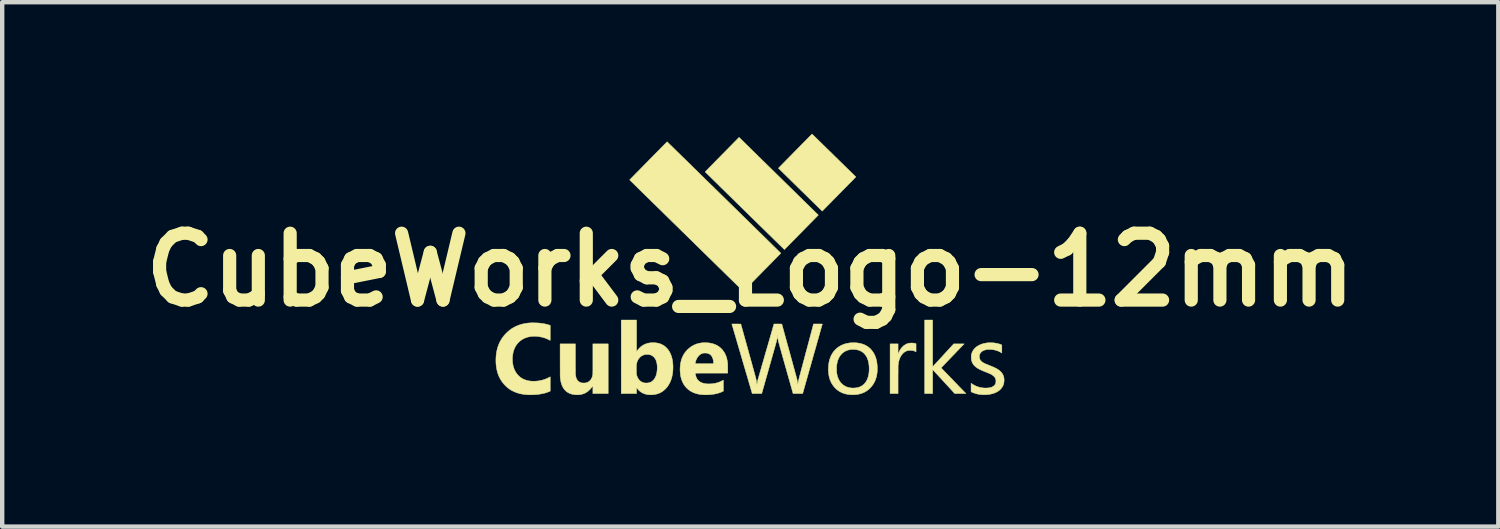
<source format=kicad_pcb>
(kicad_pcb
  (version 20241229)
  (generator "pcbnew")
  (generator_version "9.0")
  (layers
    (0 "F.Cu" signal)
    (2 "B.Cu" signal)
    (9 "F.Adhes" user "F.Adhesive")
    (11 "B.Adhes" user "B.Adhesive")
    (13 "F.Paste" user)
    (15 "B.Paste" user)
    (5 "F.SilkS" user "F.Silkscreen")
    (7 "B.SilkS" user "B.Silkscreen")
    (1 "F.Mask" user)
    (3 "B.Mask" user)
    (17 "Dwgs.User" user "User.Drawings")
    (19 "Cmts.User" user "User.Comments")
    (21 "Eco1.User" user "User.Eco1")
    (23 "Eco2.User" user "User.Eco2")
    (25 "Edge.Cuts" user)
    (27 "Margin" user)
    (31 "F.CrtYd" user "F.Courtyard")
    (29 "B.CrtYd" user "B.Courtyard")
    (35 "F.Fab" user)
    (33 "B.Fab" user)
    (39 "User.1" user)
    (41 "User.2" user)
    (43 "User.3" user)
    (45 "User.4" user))
  (footprint "CubeWorks_Logo-12mm"
    (layer "F.Cu")
    (at 14.05 3.1)
    (property "Reference" "CubeWorks_Logo-12mm" (at 0 0 0) (layer "F.SilkS") (effects (font (size 1.524 1.524) (thickness 0.3))))
    (attr through_hole)
    (fp_poly (pts (xy -3.985 2.024) (xy -3.985 2.063) (xy -3.985 2.1) (xy -3.985 2.135) (xy -3.985 2.168) (xy -3.985 2.199) (xy -3.985 2.227) (xy -3.984 2.252) (xy -3.984 2.276) (xy -3.984 2.297) (xy -3.984 2.315) (xy -3.984 2.332) (xy -3.984 2.345) (xy -3.984 2.357) (xy -3.984 2.366) (xy -3.984 2.372) (xy -3.983 2.376) (xy -3.983 2.377) (xy -3.981 2.404) (xy -3.976 2.429) (xy -3.971 2.452) (xy -3.963 2.474) (xy -3.955 2.493) (xy -3.944 2.51) (xy -3.933 2.526) (xy -3.919 2.539) (xy -3.904 2.551) (xy -3.888 2.56) (xy -3.87 2.568) (xy -3.851 2.574) (xy -3.843 2.576) (xy -3.828 2.578) (xy -3.812 2.58) (xy -3.795 2.58) (xy -3.778 2.58) (xy -3.761 2.578) (xy -3.754 2.577) (xy -3.733 2.572) (xy -3.714 2.566) (xy -3.695 2.557) (xy -3.677 2.546) (xy -3.661 2.533) (xy -3.646 2.518) (xy -3.633 2.501) (xy -3.621 2.482) (xy -3.611 2.462) (xy -3.605 2.448) (xy -3.598 2.427) (xy -3.593 2.404) (xy -3.59 2.38) (xy -3.588 2.368) (xy -3.588 2.365) (xy -3.588 2.36) (xy -3.588 2.352) (xy -3.588 2.343) (xy -3.588 2.331) (xy -3.588 2.316) (xy -3.587 2.299) (xy -3.587 2.28) (xy -3.587 2.259) (xy -3.587 2.235) (xy -3.587 2.209) (xy -3.587 2.18) (xy -3.587 2.149) (xy -3.587 2.116) (xy -3.587 2.08) (xy -3.587 2.041) (xy -3.587 2.02) (xy -3.587 1.688) (xy -3.238 1.688) (xy -3.238 2.82) (xy -3.587 2.82) (xy -3.587 2.648) (xy -3.59 2.648) (xy -3.592 2.648) (xy -3.594 2.65) (xy -3.597 2.654) (xy -3.599 2.658) (xy -3.619 2.686) (xy -3.64 2.712) (xy -3.663 2.735) (xy -3.686 2.757) (xy -3.71 2.776) (xy -3.736 2.793) (xy -3.762 2.808) (xy -3.789 2.82) (xy -3.818 2.83) (xy -3.847 2.838) (xy -3.877 2.844) (xy -3.894 2.846) (xy -3.903 2.847) (xy -3.914 2.847) (xy -3.926 2.848) (xy -3.939 2.848) (xy -3.951 2.848) (xy -3.963 2.848) (xy -3.97 2.847) (xy -4.003 2.845) (xy -4.035 2.84) (xy -4.065 2.834) (xy -4.093 2.825) (xy -4.12 2.815) (xy -4.145 2.802) (xy -4.169 2.788) (xy -4.191 2.772) (xy -4.211 2.754) (xy -4.23 2.734) (xy -4.247 2.712) (xy -4.263 2.689) (xy -4.277 2.663) (xy -4.287 2.642) (xy -4.297 2.618) (xy -4.305 2.593) (xy -4.312 2.567) (xy -4.319 2.538) (xy -4.324 2.508) (xy -4.328 2.476) (xy -4.331 2.454) (xy -4.333 2.425) (xy -4.334 2.056) (xy -4.334 1.688) (xy -3.985 1.688) (xy -3.985 2.024)) (stroke (width 0.01) (type solid)) (fill yes) (layer "F.SilkS"))
    (fp_poly (pts (xy 3.691 1.669) (xy 3.706 1.669) (xy 3.72 1.67) (xy 3.732 1.672) (xy 3.744 1.674) (xy 3.756 1.677) (xy 3.766 1.679) (xy 3.779 1.683) (xy 3.779 1.777) (xy 3.779 1.795) (xy 3.779 1.811) (xy 3.779 1.824) (xy 3.779 1.836) (xy 3.779 1.845) (xy 3.779 1.853) (xy 3.779 1.859) (xy 3.778 1.864) (xy 3.778 1.867) (xy 3.778 1.869) (xy 3.778 1.87) (xy 3.777 1.87) (xy 3.776 1.869) (xy 3.773 1.867) (xy 3.771 1.866) (xy 3.759 1.859) (xy 3.744 1.852) (xy 3.728 1.847) (xy 3.71 1.842) (xy 3.691 1.838) (xy 3.69 1.838) (xy 3.681 1.837) (xy 3.67 1.836) (xy 3.659 1.836) (xy 3.646 1.836) (xy 3.634 1.836) (xy 3.622 1.836) (xy 3.612 1.837) (xy 3.603 1.838) (xy 3.601 1.839) (xy 3.578 1.844) (xy 3.557 1.852) (xy 3.536 1.862) (xy 3.517 1.874) (xy 3.498 1.888) (xy 3.48 1.905) (xy 3.477 1.909) (xy 3.459 1.929) (xy 3.443 1.95) (xy 3.429 1.973) (xy 3.416 1.997) (xy 3.405 2.023) (xy 3.395 2.051) (xy 3.387 2.08) (xy 3.38 2.112) (xy 3.375 2.145) (xy 3.372 2.17) (xy 3.371 2.172) (xy 3.371 2.174) (xy 3.371 2.177) (xy 3.371 2.181) (xy 3.371 2.184) (xy 3.371 2.189) (xy 3.37 2.194) (xy 3.37 2.201) (xy 3.37 2.208) (xy 3.37 2.216) (xy 3.37 2.225) (xy 3.37 2.236) (xy 3.37 2.248) (xy 3.37 2.261) (xy 3.37 2.276) (xy 3.37 2.292) (xy 3.37 2.31) (xy 3.37 2.33) (xy 3.37 2.352) (xy 3.369 2.376) (xy 3.369 2.401) (xy 3.369 2.429) (xy 3.369 2.46) (xy 3.369 2.492) (xy 3.369 2.504) (xy 3.369 2.82) (xy 3.187 2.82) (xy 3.187 1.688) (xy 3.369 1.688) (xy 3.369 1.804) (xy 3.369 1.824) (xy 3.369 1.841) (xy 3.369 1.856) (xy 3.369 1.869) (xy 3.369 1.88) (xy 3.369 1.89) (xy 3.369 1.898) (xy 3.369 1.904) (xy 3.369 1.909) (xy 3.37 1.913) (xy 3.37 1.916) (xy 3.37 1.918) (xy 3.37 1.919) (xy 3.37 1.92) (xy 3.371 1.92) (xy 3.371 1.92) (xy 3.372 1.92) (xy 3.374 1.918) (xy 3.376 1.914) (xy 3.377 1.908) (xy 3.389 1.879) (xy 3.402 1.851) (xy 3.416 1.825) (xy 3.432 1.8) (xy 3.449 1.778) (xy 3.468 1.757) (xy 3.488 1.738) (xy 3.509 1.721) (xy 3.531 1.707) (xy 3.553 1.695) (xy 3.565 1.689) (xy 3.577 1.684) (xy 3.588 1.681) (xy 3.599 1.677) (xy 3.604 1.676) (xy 3.615 1.674) (xy 3.624 1.672) (xy 3.633 1.67) (xy 3.642 1.669) (xy 3.652 1.669) (xy 3.663 1.669) (xy 3.674 1.668) (xy 3.691 1.669)) (stroke (width 0.01) (type solid)) (fill yes) (layer "F.SilkS"))
    (fp_poly (pts (xy -0.222 -2.987) (xy -0.219 -2.985) (xy -0.215 -2.981) (xy -0.21 -2.975) (xy -0.202 -2.968) (xy -0.193 -2.959) (xy -0.182 -2.948) (xy -0.17 -2.936) (xy -0.157 -2.923) (xy -0.141 -2.908) (xy -0.125 -2.892) (xy -0.107 -2.874) (xy -0.088 -2.856) (xy -0.067 -2.835) (xy -0.045 -2.814) (xy -0.022 -2.792) (xy 0.002 -2.768) (xy 0.027 -2.743) (xy 0.053 -2.717) (xy 0.081 -2.69) (xy 0.109 -2.662) (xy 0.139 -2.634) (xy 0.169 -2.604) (xy 0.2 -2.573) (xy 0.233 -2.542) (xy 0.265 -2.509) (xy 0.299 -2.476) (xy 0.334 -2.443) (xy 0.369 -2.408) (xy 0.405 -2.373) (xy 0.441 -2.337) (xy 0.478 -2.301) (xy 0.516 -2.264) (xy 0.554 -2.227) (xy 0.592 -2.189) (xy 0.631 -2.151) (xy 0.67 -2.113) (xy 0.682 -2.101) (xy 1.552 -1.248) (xy 1.528 -1.224) (xy 1.515 -1.21) (xy 1.501 -1.196) (xy 1.486 -1.181) (xy 1.47 -1.164) (xy 1.453 -1.147) (xy 1.435 -1.129) (xy 1.416 -1.11) (xy 1.397 -1.09) (xy 1.377 -1.07) (xy 1.356 -1.049) (xy 1.335 -1.027) (xy 1.313 -1.005) (xy 1.291 -0.983) (xy 1.269 -0.96) (xy 1.246 -0.937) (xy 1.224 -0.914) (xy 1.201 -0.891) (xy 1.178 -0.868) (xy 1.155 -0.844) (xy 1.132 -0.821) (xy 1.109 -0.798) (xy 1.087 -0.775) (xy 1.065 -0.753) (xy 1.043 -0.73) (xy 1.021 -0.709) (xy 1 -0.687) (xy 0.98 -0.667) (xy 0.96 -0.646) (xy 0.941 -0.627) (xy 0.922 -0.608) (xy 0.905 -0.59) (xy 0.888 -0.573) (xy 0.872 -0.557) (xy 0.857 -0.542) (xy 0.844 -0.528) (xy 0.831 -0.515) (xy 0.819 -0.504) (xy 0.809 -0.493) (xy 0.8 -0.484) (xy 0.793 -0.477) (xy 0.787 -0.471) (xy 0.782 -0.466) (xy 0.78 -0.463) (xy 0.778 -0.462) (xy 0.778 -0.462) (xy 0.777 -0.463) (xy 0.775 -0.466) (xy 0.77 -0.47) (xy 0.764 -0.476) (xy 0.757 -0.483) (xy 0.748 -0.492) (xy 0.737 -0.503) (xy 0.725 -0.515) (xy 0.711 -0.528) (xy 0.696 -0.543) (xy 0.679 -0.559) (xy 0.661 -0.577) (xy 0.642 -0.595) (xy 0.621 -0.616) (xy 0.6 -0.637) (xy 0.577 -0.659) (xy 0.552 -0.683) (xy 0.527 -0.708) (xy 0.501 -0.734) (xy 0.473 -0.761) (xy 0.445 -0.789) (xy 0.415 -0.817) (xy 0.385 -0.847) (xy 0.353 -0.878) (xy 0.321 -0.91) (xy 0.288 -0.942) (xy 0.254 -0.975) (xy 0.219 -1.009) (xy 0.184 -1.044) (xy 0.148 -1.079) (xy 0.111 -1.115) (xy 0.074 -1.152) (xy 0.036 -1.189) (xy -0.003 -1.227) (xy -0.042 -1.265) (xy -0.081 -1.303) (xy -0.121 -1.343) (xy -0.126 -1.347) (xy -0.165 -1.386) (xy -0.205 -1.425) (xy -0.244 -1.463) (xy -0.283 -1.501) (xy -0.321 -1.538) (xy -0.358 -1.575) (xy -0.395 -1.611) (xy -0.431 -1.646) (xy -0.466 -1.681) (xy -0.501 -1.715) (xy -0.535 -1.748) (xy -0.568 -1.781) (xy -0.601 -1.813) (xy -0.632 -1.843) (xy -0.663 -1.873) (xy -0.692 -1.902) (xy -0.721 -1.931) (xy -0.748 -1.958) (xy -0.775 -1.984) (xy -0.8 -2.009) (xy -0.824 -2.032) (xy -0.848 -2.055) (xy -0.869 -2.077) (xy -0.89 -2.097) (xy -0.909 -2.116) (xy -0.927 -2.134) (xy -0.944 -2.15) (xy -0.959 -2.165) (xy -0.973 -2.179) (xy -0.986 -2.191) (xy -0.997 -2.202) (xy -1.006 -2.211) (xy -1.014 -2.218) (xy -1.02 -2.225) (xy -1.024 -2.229) (xy -1.027 -2.232) (xy -1.028 -2.233) (xy -1.028 -2.233) (xy -1.027 -2.234) (xy -1.025 -2.236) (xy -1.02 -2.241) (xy -1.015 -2.247) (xy -1.007 -2.254) (xy -0.999 -2.263) (xy -0.989 -2.273) (xy -0.977 -2.285) (xy -0.964 -2.298) (xy -0.95 -2.313) (xy -0.935 -2.328) (xy -0.919 -2.345) (xy -0.901 -2.362) (xy -0.883 -2.381) (xy -0.863 -2.401) (xy -0.843 -2.422) (xy -0.822 -2.443) (xy -0.8 -2.466) (xy -0.777 -2.489) (xy -0.754 -2.513) (xy -0.73 -2.537) (xy -0.705 -2.562) (xy -0.68 -2.588) (xy -0.654 -2.614) (xy -0.641 -2.627) (xy -0.255 -3.02) (xy -0.222 -2.987)) (stroke (width 0.01) (type solid)) (fill yes) (layer "F.SilkS"))
    (fp_poly (pts (xy 4.157 1.718) (xy 4.157 1.759) (xy 4.157 1.798) (xy 4.157 1.834) (xy 4.157 1.868) (xy 4.157 1.9) (xy 4.157 1.93) (xy 4.157 1.958) (xy 4.157 1.984) (xy 4.157 2.008) (xy 4.157 2.03) (xy 4.157 2.051) (xy 4.157 2.07) (xy 4.157 2.087) (xy 4.157 2.103) (xy 4.157 2.117) (xy 4.157 2.13) (xy 4.157 2.142) (xy 4.157 2.152) (xy 4.157 2.161) (xy 4.157 2.17) (xy 4.158 2.177) (xy 4.158 2.183) (xy 4.158 2.188) (xy 4.158 2.193) (xy 4.158 2.196) (xy 4.158 2.199) (xy 4.158 2.202) (xy 4.158 2.203) (xy 4.158 2.205) (xy 4.159 2.206) (xy 4.159 2.206) (xy 4.159 2.207) (xy 4.159 2.207) (xy 4.159 2.207) (xy 4.16 2.206) (xy 4.163 2.203) (xy 4.167 2.199) (xy 4.173 2.193) (xy 4.18 2.185) (xy 4.188 2.176) (xy 4.198 2.165) (xy 4.209 2.153) (xy 4.222 2.14) (xy 4.235 2.125) (xy 4.25 2.11) (xy 4.265 2.093) (xy 4.282 2.075) (xy 4.299 2.056) (xy 4.318 2.036) (xy 4.337 2.015) (xy 4.357 1.993) (xy 4.377 1.971) (xy 4.399 1.948) (xy 4.399 1.947) (xy 4.637 1.688) (xy 4.756 1.688) (xy 4.876 1.688) (xy 4.852 1.712) (xy 4.849 1.715) (xy 4.845 1.72) (xy 4.839 1.726) (xy 4.831 1.734) (xy 4.822 1.743) (xy 4.812 1.754) (xy 4.8 1.766) (xy 4.788 1.779) (xy 4.774 1.793) (xy 4.759 1.809) (xy 4.743 1.825) (xy 4.727 1.842) (xy 4.709 1.86) (xy 4.691 1.879) (xy 4.673 1.899) (xy 4.653 1.919) (xy 4.634 1.939) (xy 4.613 1.96) (xy 4.593 1.981) (xy 4.589 1.985) (xy 4.569 2.006) (xy 4.55 2.026) (xy 4.53 2.046) (xy 4.512 2.066) (xy 4.494 2.084) (xy 4.477 2.102) (xy 4.46 2.119) (xy 4.445 2.135) (xy 4.43 2.151) (xy 4.416 2.165) (xy 4.404 2.178) (xy 4.392 2.19) (xy 4.382 2.201) (xy 4.373 2.21) (xy 4.366 2.218) (xy 4.36 2.224) (xy 4.355 2.229) (xy 4.352 2.232) (xy 4.35 2.234) (xy 4.35 2.234) (xy 4.351 2.235) (xy 4.354 2.238) (xy 4.358 2.242) (xy 4.363 2.248) (xy 4.37 2.255) (xy 4.379 2.264) (xy 4.389 2.275) (xy 4.4 2.286) (xy 4.412 2.299) (xy 4.426 2.313) (xy 4.44 2.328) (xy 4.456 2.344) (xy 4.472 2.361) (xy 4.49 2.379) (xy 4.508 2.398) (xy 4.527 2.418) (xy 4.547 2.438) (xy 4.567 2.459) (xy 4.588 2.481) (xy 4.61 2.503) (xy 4.631 2.525) (xy 4.652 2.547) (xy 4.674 2.57) (xy 4.695 2.591) (xy 4.715 2.612) (xy 4.735 2.633) (xy 4.754 2.653) (xy 4.772 2.672) (xy 4.79 2.69) (xy 4.807 2.707) (xy 4.822 2.723) (xy 4.837 2.738) (xy 4.85 2.752) (xy 4.863 2.765) (xy 4.874 2.777) (xy 4.884 2.787) (xy 4.893 2.796) (xy 4.9 2.803) (xy 4.906 2.809) (xy 4.91 2.814) (xy 4.912 2.816) (xy 4.913 2.817) (xy 4.916 2.82) (xy 4.661 2.82) (xy 4.411 2.548) (xy 4.391 2.526) (xy 4.371 2.505) (xy 4.352 2.483) (xy 4.333 2.463) (xy 4.314 2.443) (xy 4.297 2.424) (xy 4.28 2.406) (xy 4.264 2.388) (xy 4.249 2.372) (xy 4.234 2.357) (xy 4.221 2.343) (xy 4.209 2.329) (xy 4.198 2.318) (xy 4.188 2.307) (xy 4.18 2.298) (xy 4.173 2.291) (xy 4.167 2.285) (xy 4.163 2.28) (xy 4.16 2.277) (xy 4.159 2.276) (xy 4.159 2.276) (xy 4.159 2.276) (xy 4.159 2.277) (xy 4.158 2.277) (xy 4.158 2.278) (xy 4.158 2.279) (xy 4.158 2.281) (xy 4.158 2.284) (xy 4.158 2.287) (xy 4.158 2.292) (xy 4.157 2.297) (xy 4.157 2.303) (xy 4.157 2.311) (xy 4.157 2.32) (xy 4.157 2.33) (xy 4.157 2.341) (xy 4.157 2.354) (xy 4.157 2.369) (xy 4.157 2.386) (xy 4.157 2.404) (xy 4.157 2.424) (xy 4.157 2.447) (xy 4.157 2.471) (xy 4.157 2.498) (xy 4.157 2.527) (xy 4.157 2.82) (xy 3.975 2.82) (xy 3.975 1.144) (xy 4.157 1.144) (xy 4.157 1.718)) (stroke (width 0.01) (type solid)) (fill yes) (layer "F.SilkS"))
    (fp_poly (pts (xy 1.409 -3.094) (xy 1.412 -3.091) (xy 1.416 -3.087) (xy 1.422 -3.082) (xy 1.429 -3.074) (xy 1.438 -3.066) (xy 1.449 -3.056) (xy 1.46 -3.045) (xy 1.473 -3.032) (xy 1.487 -3.018) (xy 1.503 -3.003) (xy 1.519 -2.987) (xy 1.536 -2.97) (xy 1.555 -2.952) (xy 1.574 -2.933) (xy 1.594 -2.914) (xy 1.615 -2.893) (xy 1.637 -2.872) (xy 1.659 -2.85) (xy 1.682 -2.828) (xy 1.706 -2.805) (xy 1.73 -2.781) (xy 1.754 -2.757) (xy 1.779 -2.733) (xy 1.804 -2.708) (xy 1.83 -2.684) (xy 1.855 -2.659) (xy 1.881 -2.633) (xy 1.907 -2.608) (xy 1.932 -2.583) (xy 1.958 -2.558) (xy 1.984 -2.533) (xy 2.009 -2.508) (xy 2.034 -2.483) (xy 2.059 -2.459) (xy 2.084 -2.435) (xy 2.108 -2.412) (xy 2.131 -2.388) (xy 2.154 -2.366) (xy 2.177 -2.344) (xy 2.198 -2.323) (xy 2.219 -2.302) (xy 2.24 -2.282) (xy 2.259 -2.263) (xy 2.278 -2.245) (xy 2.295 -2.228) (xy 2.311 -2.212) (xy 2.327 -2.197) (xy 2.341 -2.183) (xy 2.354 -2.17) (xy 2.366 -2.158) (xy 2.376 -2.148) (xy 2.385 -2.139) (xy 2.393 -2.132) (xy 2.399 -2.126) (xy 2.403 -2.121) (xy 2.406 -2.119) (xy 2.407 -2.117) (xy 2.407 -2.117) (xy 2.406 -2.117) (xy 2.403 -2.114) (xy 2.399 -2.11) (xy 2.394 -2.104) (xy 2.386 -2.097) (xy 2.378 -2.088) (xy 2.368 -2.078) (xy 2.357 -2.066) (xy 2.345 -2.054) (xy 2.331 -2.04) (xy 2.317 -2.025) (xy 2.301 -2.009) (xy 2.285 -1.993) (xy 2.267 -1.975) (xy 2.249 -1.957) (xy 2.23 -1.938) (xy 2.211 -1.918) (xy 2.191 -1.897) (xy 2.17 -1.876) (xy 2.149 -1.855) (xy 2.128 -1.833) (xy 2.106 -1.811) (xy 2.084 -1.789) (xy 2.062 -1.766) (xy 2.04 -1.743) (xy 2.017 -1.721) (xy 1.995 -1.698) (xy 1.973 -1.675) (xy 1.951 -1.653) (xy 1.929 -1.631) (xy 1.907 -1.609) (xy 1.886 -1.587) (xy 1.865 -1.566) (xy 1.845 -1.545) (xy 1.825 -1.525) (xy 1.806 -1.506) (xy 1.788 -1.487) (xy 1.77 -1.469) (xy 1.753 -1.452) (xy 1.737 -1.436) (xy 1.722 -1.421) (xy 1.708 -1.407) (xy 1.696 -1.394) (xy 1.684 -1.382) (xy 1.674 -1.372) (xy 1.664 -1.362) (xy 1.657 -1.355) (xy 1.65 -1.348) (xy 1.646 -1.343) (xy 1.642 -1.34) (xy 1.641 -1.339) (xy 1.641 -1.338) (xy 1.64 -1.339) (xy 1.637 -1.342) (xy 1.633 -1.346) (xy 1.627 -1.352) (xy 1.619 -1.359) (xy 1.61 -1.368) (xy 1.6 -1.378) (xy 1.588 -1.39) (xy 1.575 -1.403) (xy 1.56 -1.417) (xy 1.544 -1.432) (xy 1.527 -1.449) (xy 1.509 -1.467) (xy 1.489 -1.486) (xy 1.469 -1.506) (xy 1.448 -1.527) (xy 1.425 -1.549) (xy 1.402 -1.572) (xy 1.377 -1.595) (xy 1.352 -1.62) (xy 1.327 -1.645) (xy 1.3 -1.671) (xy 1.273 -1.698) (xy 1.245 -1.725) (xy 1.217 -1.753) (xy 1.188 -1.781) (xy 1.158 -1.81) (xy 1.141 -1.827) (xy 1.112 -1.856) (xy 1.082 -1.884) (xy 1.054 -1.913) (xy 1.025 -1.94) (xy 0.998 -1.967) (xy 0.971 -1.994) (xy 0.945 -2.019) (xy 0.919 -2.044) (xy 0.895 -2.069) (xy 0.871 -2.092) (xy 0.848 -2.114) (xy 0.826 -2.136) (xy 0.805 -2.157) (xy 0.785 -2.176) (xy 0.766 -2.195) (xy 0.748 -2.212) (xy 0.732 -2.229) (xy 0.716 -2.244) (xy 0.702 -2.257) (xy 0.69 -2.27) (xy 0.678 -2.281) (xy 0.669 -2.291) (xy 0.66 -2.299) (xy 0.653 -2.306) (xy 0.648 -2.311) (xy 0.645 -2.314) (xy 0.643 -2.316) (xy 0.642 -2.317) (xy 0.643 -2.318) (xy 0.646 -2.32) (xy 0.65 -2.325) (xy 0.656 -2.33) (xy 0.663 -2.338) (xy 0.671 -2.346) (xy 0.681 -2.357) (xy 0.692 -2.368) (xy 0.705 -2.381) (xy 0.718 -2.394) (xy 0.733 -2.409) (xy 0.748 -2.425) (xy 0.765 -2.442) (xy 0.782 -2.459) (xy 0.8 -2.478) (xy 0.819 -2.497) (xy 0.838 -2.517) (xy 0.858 -2.537) (xy 0.879 -2.558) (xy 0.9 -2.58) (xy 0.922 -2.601) (xy 0.943 -2.624) (xy 0.965 -2.646) (xy 0.987 -2.669) (xy 1.01 -2.691) (xy 1.032 -2.714) (xy 1.054 -2.737) (xy 1.077 -2.759) (xy 1.099 -2.782) (xy 1.121 -2.804) (xy 1.142 -2.826) (xy 1.163 -2.847) (xy 1.184 -2.868) (xy 1.204 -2.889) (xy 1.224 -2.909) (xy 1.243 -2.928) (xy 1.262 -2.947) (xy 1.279 -2.965) (xy 1.296 -2.982) (xy 1.312 -2.998) (xy 1.327 -3.013) (xy 1.341 -3.027) (xy 1.354 -3.04) (xy 1.365 -3.052) (xy 1.376 -3.062) (xy 1.385 -3.071) (xy 1.392 -3.079) (xy 1.399 -3.085) (xy 1.403 -3.09) (xy 1.407 -3.093) (xy 1.408 -3.095) (xy 1.408 -3.095) (xy 1.409 -3.094)) (stroke (width 0.01) (type solid)) (fill yes) (layer "F.SilkS"))
    (fp_poly (pts (xy -1.011 1.661) (xy -0.972 1.663) (xy -0.935 1.667) (xy -0.899 1.673) (xy -0.864 1.681) (xy -0.831 1.691) (xy -0.8 1.703) (xy -0.77 1.716) (xy -0.741 1.732) (xy -0.714 1.75) (xy -0.689 1.77) (xy -0.665 1.791) (xy -0.642 1.815) (xy -0.633 1.825) (xy -0.614 1.851) (xy -0.595 1.878) (xy -0.579 1.906) (xy -0.565 1.935) (xy -0.552 1.966) (xy -0.541 1.998) (xy -0.532 2.032) (xy -0.525 2.068) (xy -0.519 2.105) (xy -0.518 2.115) (xy -0.514 2.147) (xy -0.513 2.25) (xy -0.513 2.354) (xy -0.883 2.354) (xy -0.913 2.354) (xy -0.942 2.354) (xy -0.971 2.354) (xy -0.999 2.354) (xy -1.026 2.354) (xy -1.052 2.354) (xy -1.077 2.354) (xy -1.1 2.354) (xy -1.122 2.354) (xy -1.143 2.354) (xy -1.163 2.354) (xy -1.18 2.355) (xy -1.196 2.355) (xy -1.21 2.355) (xy -1.223 2.355) (xy -1.233 2.355) (xy -1.241 2.355) (xy -1.247 2.355) (xy -1.251 2.355) (xy -1.253 2.355) (xy -1.253 2.355) (xy -1.252 2.358) (xy -1.252 2.363) (xy -1.251 2.369) (xy -1.25 2.376) (xy -1.249 2.384) (xy -1.248 2.39) (xy -1.247 2.396) (xy -1.246 2.4) (xy -1.24 2.425) (xy -1.232 2.448) (xy -1.222 2.47) (xy -1.211 2.49) (xy -1.197 2.508) (xy -1.182 2.525) (xy -1.164 2.54) (xy -1.145 2.553) (xy -1.134 2.56) (xy -1.114 2.57) (xy -1.091 2.578) (xy -1.067 2.586) (xy -1.041 2.592) (xy -1.013 2.596) (xy -0.992 2.598) (xy -0.983 2.599) (xy -0.971 2.6) (xy -0.958 2.6) (xy -0.944 2.6) (xy -0.93 2.6) (xy -0.915 2.599) (xy -0.901 2.599) (xy -0.888 2.598) (xy -0.877 2.597) (xy -0.874 2.597) (xy -0.834 2.592) (xy -0.796 2.585) (xy -0.759 2.576) (xy -0.724 2.565) (xy -0.69 2.552) (xy -0.658 2.537) (xy -0.631 2.523) (xy -0.625 2.519) (xy -0.62 2.516) (xy -0.616 2.514) (xy -0.613 2.513) (xy -0.613 2.513) (xy -0.613 2.514) (xy -0.613 2.517) (xy -0.613 2.523) (xy -0.612 2.531) (xy -0.612 2.54) (xy -0.612 2.551) (xy -0.612 2.564) (xy -0.612 2.578) (xy -0.612 2.593) (xy -0.612 2.609) (xy -0.612 2.626) (xy -0.612 2.639) (xy -0.612 2.764) (xy -0.633 2.774) (xy -0.665 2.789) (xy -0.7 2.802) (xy -0.736 2.813) (xy -0.773 2.823) (xy -0.812 2.831) (xy -0.854 2.837) (xy -0.896 2.842) (xy -0.941 2.846) (xy -0.988 2.848) (xy -0.999 2.848) (xy -1.01 2.848) (xy -1.021 2.848) (xy -1.033 2.848) (xy -1.045 2.848) (xy -1.055 2.847) (xy -1.061 2.847) (xy -1.09 2.845) (xy -1.121 2.842) (xy -1.151 2.838) (xy -1.18 2.833) (xy -1.208 2.827) (xy -1.235 2.82) (xy -1.239 2.818) (xy -1.273 2.807) (xy -1.306 2.793) (xy -1.337 2.778) (xy -1.367 2.76) (xy -1.395 2.741) (xy -1.421 2.72) (xy -1.446 2.697) (xy -1.469 2.673) (xy -1.49 2.647) (xy -1.509 2.619) (xy -1.527 2.59) (xy -1.543 2.559) (xy -1.556 2.526) (xy -1.568 2.492) (xy -1.578 2.457) (xy -1.584 2.431) (xy -1.589 2.406) (xy -1.592 2.379) (xy -1.595 2.351) (xy -1.598 2.323) (xy -1.599 2.294) (xy -1.6 2.266) (xy -1.599 2.24) (xy -1.598 2.222) (xy -1.595 2.185) (xy -1.591 2.15) (xy -1.589 2.139) (xy -1.255 2.139) (xy -0.838 2.139) (xy -0.838 2.125) (xy -0.838 2.117) (xy -0.838 2.107) (xy -0.839 2.096) (xy -0.84 2.084) (xy -0.842 2.073) (xy -0.843 2.064) (xy -0.843 2.063) (xy -0.848 2.039) (xy -0.855 2.017) (xy -0.863 1.996) (xy -0.872 1.978) (xy -0.884 1.961) (xy -0.896 1.946) (xy -0.911 1.933) (xy -0.927 1.922) (xy -0.944 1.913) (xy -0.964 1.906) (xy -0.984 1.9) (xy -0.998 1.898) (xy -1.004 1.897) (xy -1.012 1.897) (xy -1.022 1.897) (xy -1.031 1.896) (xy -1.041 1.896) (xy -1.05 1.897) (xy -1.057 1.897) (xy -1.063 1.898) (xy -1.064 1.898) (xy -1.08 1.901) (xy -1.095 1.906) (xy -1.11 1.912) (xy -1.123 1.918) (xy -1.14 1.929) (xy -1.156 1.942) (xy -1.172 1.957) (xy -1.187 1.974) (xy -1.201 1.992) (xy -1.213 2.012) (xy -1.223 2.029) (xy -1.232 2.049) (xy -1.239 2.07) (xy -1.246 2.091) (xy -1.251 2.112) (xy -1.253 2.124) (xy -1.253 2.129) (xy -1.254 2.133) (xy -1.255 2.136) (xy -1.255 2.136) (xy -1.255 2.139) (xy -1.589 2.139) (xy -1.585 2.116) (xy -1.578 2.084) (xy -1.57 2.053) (xy -1.56 2.022) (xy -1.548 1.992) (xy -1.541 1.978) (xy -1.526 1.947) (xy -1.509 1.917) (xy -1.489 1.888) (xy -1.467 1.86) (xy -1.444 1.834) (xy -1.418 1.808) (xy -1.391 1.785) (xy -1.363 1.763) (xy -1.346 1.751) (xy -1.32 1.735) (xy -1.295 1.721) (xy -1.27 1.709) (xy -1.244 1.698) (xy -1.226 1.691) (xy -1.193 1.681) (xy -1.159 1.673) (xy -1.125 1.667) (xy -1.09 1.663) (xy -1.054 1.661) (xy -1.051 1.661) (xy -1.011 1.661)) (stroke (width 0.01) (type solid)) (fill yes) (layer "F.SilkS"))
    (fp_poly (pts (xy -2.591 1.536) (xy -2.591 1.569) (xy -2.591 1.6) (xy -2.591 1.628) (xy -2.591 1.654) (xy -2.591 1.679) (xy -2.591 1.701) (xy -2.591 1.721) (xy -2.591 1.739) (xy -2.591 1.756) (xy -2.591 1.771) (xy -2.591 1.785) (xy -2.591 1.797) (xy -2.59 1.808) (xy -2.59 1.817) (xy -2.59 1.825) (xy -2.59 1.832) (xy -2.59 1.838) (xy -2.59 1.843) (xy -2.59 1.847) (xy -2.59 1.851) (xy -2.59 1.853) (xy -2.59 1.855) (xy -2.589 1.857) (xy -2.589 1.858) (xy -2.589 1.858) (xy -2.589 1.858) (xy -2.589 1.859) (xy -2.587 1.857) (xy -2.584 1.854) (xy -2.581 1.85) (xy -2.578 1.846) (xy -2.568 1.832) (xy -2.557 1.818) (xy -2.545 1.804) (xy -2.532 1.79) (xy -2.52 1.777) (xy -2.507 1.765) (xy -2.495 1.754) (xy -2.49 1.75) (xy -2.466 1.732) (xy -2.441 1.717) (xy -2.416 1.703) (xy -2.389 1.691) (xy -2.362 1.681) (xy -2.343 1.676) (xy -2.317 1.67) (xy -2.29 1.665) (xy -2.261 1.662) (xy -2.231 1.66) (xy -2.201 1.661) (xy -2.171 1.662) (xy -2.141 1.666) (xy -2.135 1.666) (xy -2.103 1.672) (xy -2.072 1.68) (xy -2.042 1.69) (xy -2.014 1.703) (xy -1.987 1.717) (xy -1.961 1.733) (xy -1.937 1.752) (xy -1.915 1.772) (xy -1.893 1.795) (xy -1.873 1.819) (xy -1.855 1.846) (xy -1.839 1.871) (xy -1.824 1.9) (xy -1.811 1.931) (xy -1.798 1.964) (xy -1.788 1.999) (xy -1.779 2.035) (xy -1.772 2.073) (xy -1.767 2.112) (xy -1.763 2.152) (xy -1.761 2.194) (xy -1.761 2.237) (xy -1.762 2.263) (xy -1.764 2.308) (xy -1.769 2.351) (xy -1.776 2.393) (xy -1.784 2.433) (xy -1.794 2.472) (xy -1.806 2.509) (xy -1.821 2.545) (xy -1.837 2.579) (xy -1.855 2.611) (xy -1.874 2.643) (xy -1.884 2.656) (xy -1.891 2.666) (xy -1.897 2.674) (xy -1.903 2.681) (xy -1.908 2.688) (xy -1.913 2.694) (xy -1.919 2.7) (xy -1.926 2.707) (xy -1.932 2.713) (xy -1.955 2.735) (xy -1.978 2.755) (xy -2.003 2.773) (xy -2.028 2.788) (xy -2.055 2.803) (xy -2.074 2.811) (xy -2.1 2.821) (xy -2.128 2.83) (xy -2.157 2.837) (xy -2.187 2.842) (xy -2.218 2.846) (xy -2.249 2.848) (xy -2.281 2.848) (xy -2.303 2.847) (xy -2.335 2.844) (xy -2.365 2.839) (xy -2.394 2.831) (xy -2.422 2.822) (xy -2.448 2.811) (xy -2.473 2.797) (xy -2.497 2.782) (xy -2.509 2.773) (xy -2.521 2.763) (xy -2.534 2.751) (xy -2.547 2.738) (xy -2.559 2.724) (xy -2.57 2.711) (xy -2.58 2.698) (xy -2.583 2.693) (xy -2.586 2.69) (xy -2.588 2.689) (xy -2.589 2.689) (xy -2.589 2.689) (xy -2.589 2.689) (xy -2.59 2.69) (xy -2.59 2.692) (xy -2.59 2.694) (xy -2.59 2.698) (xy -2.591 2.703) (xy -2.591 2.709) (xy -2.591 2.718) (xy -2.591 2.728) (xy -2.591 2.74) (xy -2.591 2.754) (xy -2.591 2.82) (xy -2.941 2.82) (xy -2.941 2.271) (xy -2.596 2.271) (xy -2.596 2.286) (xy -2.596 2.3) (xy -2.596 2.314) (xy -2.595 2.327) (xy -2.595 2.338) (xy -2.595 2.349) (xy -2.595 2.357) (xy -2.594 2.363) (xy -2.594 2.365) (xy -2.59 2.392) (xy -2.583 2.417) (xy -2.575 2.44) (xy -2.565 2.462) (xy -2.552 2.483) (xy -2.538 2.503) (xy -2.521 2.521) (xy -2.506 2.535) (xy -2.489 2.547) (xy -2.471 2.557) (xy -2.452 2.566) (xy -2.431 2.573) (xy -2.41 2.577) (xy -2.388 2.58) (xy -2.385 2.58) (xy -2.375 2.58) (xy -2.365 2.58) (xy -2.353 2.579) (xy -2.342 2.579) (xy -2.332 2.578) (xy -2.329 2.577) (xy -2.306 2.572) (xy -2.285 2.566) (xy -2.265 2.557) (xy -2.246 2.546) (xy -2.228 2.533) (xy -2.214 2.521) (xy -2.198 2.503) (xy -2.183 2.484) (xy -2.17 2.462) (xy -2.158 2.439) (xy -2.148 2.413) (xy -2.139 2.386) (xy -2.132 2.358) (xy -2.127 2.327) (xy -2.123 2.294) (xy -2.121 2.26) (xy -2.12 2.229) (xy -2.121 2.197) (xy -2.123 2.166) (xy -2.127 2.137) (xy -2.133 2.111) (xy -2.14 2.085) (xy -2.148 2.062) (xy -2.159 2.04) (xy -2.171 2.02) (xy -2.184 2.002) (xy -2.198 1.987) (xy -2.214 1.973) (xy -2.23 1.961) (xy -2.247 1.951) (xy -2.266 1.942) (xy -2.286 1.936) (xy -2.307 1.932) (xy -2.33 1.929) (xy -2.342 1.928) (xy -2.367 1.928) (xy -2.391 1.931) (xy -2.414 1.936) (xy -2.436 1.943) (xy -2.457 1.952) (xy -2.477 1.963) (xy -2.496 1.977) (xy -2.514 1.993) (xy -2.53 2.011) (xy -2.533 2.014) (xy -2.547 2.033) (xy -2.56 2.054) (xy -2.57 2.075) (xy -2.579 2.099) (xy -2.586 2.123) (xy -2.591 2.149) (xy -2.594 2.169) (xy -2.594 2.174) (xy -2.595 2.181) (xy -2.595 2.191) (xy -2.595 2.202) (xy -2.596 2.214) (xy -2.596 2.228) (xy -2.596 2.242) (xy -2.596 2.256) (xy -2.596 2.271) (xy -2.941 2.271) (xy -2.941 1.144) (xy -2.591 1.144) (xy -2.591 1.536)) (stroke (width 0.01) (type solid)) (fill yes) (layer "F.SilkS"))
    (fp_poly (pts (xy 5.494 1.662) (xy 5.513 1.663) (xy 5.531 1.664) (xy 5.549 1.665) (xy 5.557 1.666) (xy 5.587 1.67) (xy 5.618 1.676) (xy 5.647 1.682) (xy 5.675 1.69) (xy 5.702 1.699) (xy 5.724 1.708) (xy 5.734 1.712) (xy 5.734 1.896) (xy 5.731 1.894) (xy 5.713 1.883) (xy 5.692 1.872) (xy 5.67 1.861) (xy 5.648 1.851) (xy 5.626 1.843) (xy 5.62 1.841) (xy 5.596 1.834) (xy 5.57 1.827) (xy 5.544 1.822) (xy 5.517 1.818) (xy 5.491 1.816) (xy 5.464 1.814) (xy 5.438 1.814) (xy 5.414 1.815) (xy 5.39 1.818) (xy 5.38 1.82) (xy 5.357 1.825) (xy 5.336 1.831) (xy 5.316 1.84) (xy 5.298 1.849) (xy 5.281 1.86) (xy 5.267 1.872) (xy 5.254 1.886) (xy 5.243 1.901) (xy 5.235 1.916) (xy 5.228 1.933) (xy 5.224 1.948) (xy 5.224 1.954) (xy 5.223 1.962) (xy 5.223 1.97) (xy 5.222 1.975) (xy 5.223 1.994) (xy 5.226 2.012) (xy 5.231 2.029) (xy 5.237 2.045) (xy 5.246 2.06) (xy 5.257 2.074) (xy 5.27 2.087) (xy 5.285 2.1) (xy 5.301 2.111) (xy 5.308 2.116) (xy 5.315 2.12) (xy 5.323 2.124) (xy 5.332 2.129) (xy 5.342 2.134) (xy 5.354 2.139) (xy 5.366 2.145) (xy 5.38 2.151) (xy 5.396 2.157) (xy 5.414 2.164) (xy 5.434 2.172) (xy 5.455 2.181) (xy 5.483 2.192) (xy 5.508 2.202) (xy 5.531 2.212) (xy 5.553 2.222) (xy 5.573 2.231) (xy 5.591 2.24) (xy 5.607 2.248) (xy 5.623 2.257) (xy 5.637 2.266) (xy 5.65 2.274) (xy 5.663 2.283) (xy 5.665 2.284) (xy 5.683 2.298) (xy 5.699 2.313) (xy 5.715 2.328) (xy 5.728 2.343) (xy 5.74 2.359) (xy 5.742 2.362) (xy 5.755 2.383) (xy 5.765 2.405) (xy 5.774 2.428) (xy 5.78 2.452) (xy 5.784 2.478) (xy 5.786 2.504) (xy 5.785 2.532) (xy 5.785 2.537) (xy 5.782 2.564) (xy 5.778 2.589) (xy 5.771 2.613) (xy 5.763 2.635) (xy 5.752 2.657) (xy 5.74 2.676) (xy 5.724 2.699) (xy 5.706 2.719) (xy 5.685 2.739) (xy 5.663 2.757) (xy 5.639 2.773) (xy 5.613 2.787) (xy 5.586 2.801) (xy 5.556 2.812) (xy 5.525 2.822) (xy 5.492 2.83) (xy 5.458 2.837) (xy 5.422 2.842) (xy 5.403 2.844) (xy 5.395 2.845) (xy 5.386 2.845) (xy 5.375 2.846) (xy 5.364 2.846) (xy 5.352 2.846) (xy 5.34 2.847) (xy 5.329 2.847) (xy 5.319 2.847) (xy 5.311 2.847) (xy 5.307 2.847) (xy 5.269 2.844) (xy 5.232 2.84) (xy 5.198 2.835) (xy 5.164 2.828) (xy 5.132 2.819) (xy 5.102 2.809) (xy 5.071 2.797) (xy 5.051 2.788) (xy 5.033 2.78) (xy 5.033 2.682) (xy 5.033 2.585) (xy 5.052 2.598) (xy 5.084 2.618) (xy 5.116 2.636) (xy 5.149 2.651) (xy 5.183 2.664) (xy 5.217 2.675) (xy 5.253 2.683) (xy 5.288 2.689) (xy 5.325 2.693) (xy 5.362 2.694) (xy 5.388 2.694) (xy 5.415 2.692) (xy 5.441 2.689) (xy 5.463 2.685) (xy 5.484 2.68) (xy 5.504 2.673) (xy 5.521 2.665) (xy 5.537 2.657) (xy 5.55 2.646) (xy 5.559 2.639) (xy 5.568 2.63) (xy 5.575 2.621) (xy 5.581 2.612) (xy 5.585 2.604) (xy 5.591 2.591) (xy 5.595 2.577) (xy 5.598 2.563) (xy 5.599 2.547) (xy 5.599 2.534) (xy 5.598 2.516) (xy 5.596 2.499) (xy 5.591 2.483) (xy 5.585 2.468) (xy 5.576 2.454) (xy 5.565 2.439) (xy 5.554 2.428) (xy 5.541 2.416) (xy 5.527 2.405) (xy 5.511 2.394) (xy 5.494 2.384) (xy 5.484 2.378) (xy 5.479 2.376) (xy 5.475 2.374) (xy 5.47 2.371) (xy 5.465 2.369) (xy 5.46 2.367) (xy 5.454 2.364) (xy 5.447 2.361) (xy 5.439 2.358) (xy 5.43 2.354) (xy 5.42 2.35) (xy 5.407 2.345) (xy 5.393 2.339) (xy 5.377 2.333) (xy 5.375 2.332) (xy 5.357 2.325) (xy 5.34 2.318) (xy 5.326 2.312) (xy 5.313 2.307) (xy 5.302 2.302) (xy 5.291 2.298) (xy 5.281 2.293) (xy 5.272 2.289) (xy 5.263 2.285) (xy 5.254 2.281) (xy 5.245 2.277) (xy 5.239 2.274) (xy 5.216 2.262) (xy 5.195 2.25) (xy 5.175 2.239) (xy 5.158 2.227) (xy 5.142 2.215) (xy 5.127 2.202) (xy 5.114 2.19) (xy 5.097 2.172) (xy 5.083 2.153) (xy 5.07 2.133) (xy 5.06 2.112) (xy 5.051 2.09) (xy 5.045 2.067) (xy 5.04 2.042) (xy 5.037 2.016) (xy 5.037 2.009) (xy 5.036 1.982) (xy 5.038 1.956) (xy 5.042 1.93) (xy 5.048 1.905) (xy 5.056 1.882) (xy 5.064 1.864) (xy 5.078 1.84) (xy 5.093 1.818) (xy 5.11 1.797) (xy 5.129 1.778) (xy 5.15 1.76) (xy 5.173 1.743) (xy 5.198 1.728) (xy 5.224 1.714) (xy 5.253 1.701) (xy 5.282 1.691) (xy 5.314 1.681) (xy 5.346 1.674) (xy 5.38 1.668) (xy 5.405 1.665) (xy 5.42 1.663) (xy 5.437 1.662) (xy 5.455 1.662) (xy 5.474 1.662) (xy 5.494 1.662)) (stroke (width 0.01) (type solid)) (fill yes) (layer "F.SilkS"))
    (fp_poly (pts (xy -4.892 1.209) (xy -4.842 1.211) (xy -4.794 1.215) (xy -4.748 1.221) (xy -4.703 1.228) (xy -4.661 1.237) (xy -4.62 1.247) (xy -4.581 1.259) (xy -4.577 1.26) (xy -4.559 1.266) (xy -4.559 1.438) (xy -4.559 1.458) (xy -4.559 1.478) (xy -4.559 1.497) (xy -4.559 1.515) (xy -4.559 1.531) (xy -4.559 1.547) (xy -4.559 1.561) (xy -4.559 1.574) (xy -4.559 1.585) (xy -4.559 1.594) (xy -4.559 1.601) (xy -4.559 1.606) (xy -4.559 1.609) (xy -4.559 1.609) (xy -4.56 1.609) (xy -4.564 1.607) (xy -4.568 1.605) (xy -4.574 1.602) (xy -4.58 1.598) (xy -4.615 1.581) (xy -4.651 1.565) (xy -4.688 1.552) (xy -4.726 1.54) (xy -4.766 1.531) (xy -4.807 1.524) (xy -4.845 1.519) (xy -4.852 1.518) (xy -4.859 1.517) (xy -4.866 1.517) (xy -4.873 1.517) (xy -4.881 1.516) (xy -4.89 1.516) (xy -4.9 1.516) (xy -4.912 1.516) (xy -4.921 1.516) (xy -4.934 1.516) (xy -4.944 1.516) (xy -4.953 1.516) (xy -4.96 1.516) (xy -4.967 1.517) (xy -4.972 1.517) (xy -4.978 1.517) (xy -4.983 1.518) (xy -4.989 1.519) (xy -4.995 1.519) (xy -5.001 1.52) (xy -5.037 1.526) (xy -5.071 1.534) (xy -5.103 1.543) (xy -5.134 1.555) (xy -5.164 1.568) (xy -5.192 1.584) (xy -5.219 1.602) (xy -5.245 1.621) (xy -5.266 1.639) (xy -5.29 1.663) (xy -5.311 1.688) (xy -5.331 1.714) (xy -5.349 1.742) (xy -5.364 1.771) (xy -5.378 1.802) (xy -5.39 1.834) (xy -5.4 1.867) (xy -5.408 1.903) (xy -5.414 1.94) (xy -5.417 1.957) (xy -5.417 1.965) (xy -5.418 1.972) (xy -5.419 1.978) (xy -5.419 1.984) (xy -5.419 1.99) (xy -5.42 1.997) (xy -5.42 2.005) (xy -5.42 2.014) (xy -5.42 2.025) (xy -5.42 2.036) (xy -5.42 2.049) (xy -5.42 2.06) (xy -5.42 2.069) (xy -5.42 2.076) (xy -5.419 2.083) (xy -5.419 2.089) (xy -5.419 2.095) (xy -5.418 2.101) (xy -5.417 2.108) (xy -5.417 2.114) (xy -5.411 2.151) (xy -5.404 2.187) (xy -5.395 2.22) (xy -5.384 2.253) (xy -5.371 2.283) (xy -5.357 2.312) (xy -5.34 2.34) (xy -5.322 2.366) (xy -5.301 2.391) (xy -5.279 2.414) (xy -5.274 2.419) (xy -5.25 2.441) (xy -5.224 2.46) (xy -5.198 2.477) (xy -5.17 2.492) (xy -5.14 2.504) (xy -5.109 2.515) (xy -5.077 2.524) (xy -5.043 2.531) (xy -5.008 2.536) (xy -4.972 2.538) (xy -4.934 2.539) (xy -4.912 2.539) (xy -4.868 2.536) (xy -4.825 2.531) (xy -4.783 2.523) (xy -4.742 2.514) (xy -4.701 2.502) (xy -4.662 2.488) (xy -4.623 2.471) (xy -4.585 2.452) (xy -4.582 2.451) (xy -4.576 2.447) (xy -4.57 2.444) (xy -4.565 2.441) (xy -4.561 2.439) (xy -4.559 2.438) (xy -4.559 2.438) (xy -4.559 2.44) (xy -4.559 2.443) (xy -4.559 2.449) (xy -4.559 2.457) (xy -4.559 2.466) (xy -4.559 2.478) (xy -4.559 2.491) (xy -4.559 2.505) (xy -4.559 2.521) (xy -4.559 2.538) (xy -4.559 2.556) (xy -4.559 2.575) (xy -4.559 2.595) (xy -4.559 2.601) (xy -4.559 2.764) (xy -4.58 2.774) (xy -4.614 2.787) (xy -4.649 2.8) (xy -4.687 2.811) (xy -4.727 2.82) (xy -4.768 2.828) (xy -4.811 2.835) (xy -4.856 2.841) (xy -4.903 2.844) (xy -4.916 2.845) (xy -4.926 2.846) (xy -4.937 2.846) (xy -4.949 2.847) (xy -4.962 2.847) (xy -4.975 2.847) (xy -4.989 2.848) (xy -5.002 2.848) (xy -5.015 2.848) (xy -5.027 2.848) (xy -5.037 2.848) (xy -5.045 2.848) (xy -5.048 2.848) (xy -5.084 2.846) (xy -5.118 2.843) (xy -5.151 2.84) (xy -5.183 2.835) (xy -5.213 2.83) (xy -5.242 2.824) (xy -5.284 2.813) (xy -5.325 2.8) (xy -5.363 2.785) (xy -5.401 2.768) (xy -5.437 2.75) (xy -5.472 2.729) (xy -5.505 2.706) (xy -5.536 2.681) (xy -5.567 2.654) (xy -5.588 2.633) (xy -5.617 2.602) (xy -5.643 2.57) (xy -5.667 2.537) (xy -5.689 2.502) (xy -5.709 2.466) (xy -5.727 2.429) (xy -5.743 2.39) (xy -5.757 2.35) (xy -5.769 2.308) (xy -5.778 2.265) (xy -5.786 2.22) (xy -5.788 2.208) (xy -5.793 2.166) (xy -5.796 2.123) (xy -5.797 2.079) (xy -5.797 2.035) (xy -5.795 1.991) (xy -5.792 1.948) (xy -5.787 1.906) (xy -5.787 1.906) (xy -5.779 1.859) (xy -5.769 1.815) (xy -5.757 1.771) (xy -5.743 1.729) (xy -5.727 1.688) (xy -5.709 1.649) (xy -5.688 1.61) (xy -5.666 1.573) (xy -5.642 1.538) (xy -5.615 1.503) (xy -5.586 1.47) (xy -5.56 1.443) (xy -5.528 1.412) (xy -5.494 1.384) (xy -5.46 1.357) (xy -5.424 1.333) (xy -5.386 1.311) (xy -5.348 1.291) (xy -5.308 1.273) (xy -5.267 1.258) (xy -5.225 1.244) (xy -5.181 1.233) (xy -5.136 1.224) (xy -5.09 1.216) (xy -5.061 1.213) (xy -5.046 1.212) (xy -5.032 1.21) (xy -5.019 1.21) (xy -5.005 1.209) (xy -4.99 1.208) (xy -4.975 1.208) (xy -4.957 1.208) (xy -4.944 1.208) (xy -4.892 1.209)) (stroke (width 0.01) (type solid)) (fill yes) (layer "F.SilkS"))
    (fp_poly (pts (xy 2.359 1.662) (xy 2.414 1.663) (xy 2.448 1.667) (xy 2.484 1.673) (xy 2.52 1.68) (xy 2.553 1.69) (xy 2.585 1.701) (xy 2.615 1.714) (xy 2.644 1.729) (xy 2.672 1.746) (xy 2.698 1.765) (xy 2.723 1.786) (xy 2.736 1.799) (xy 2.76 1.824) (xy 2.781 1.85) (xy 2.801 1.878) (xy 2.819 1.908) (xy 2.835 1.939) (xy 2.849 1.972) (xy 2.861 2.006) (xy 2.872 2.042) (xy 2.881 2.08) (xy 2.887 2.12) (xy 2.892 2.161) (xy 2.895 2.203) (xy 2.896 2.214) (xy 2.896 2.258) (xy 2.895 2.301) (xy 2.892 2.343) (xy 2.886 2.383) (xy 2.879 2.422) (xy 2.869 2.459) (xy 2.857 2.495) (xy 2.844 2.53) (xy 2.828 2.563) (xy 2.81 2.595) (xy 2.79 2.625) (xy 2.768 2.654) (xy 2.76 2.664) (xy 2.736 2.691) (xy 2.711 2.715) (xy 2.685 2.737) (xy 2.657 2.757) (xy 2.627 2.776) (xy 2.597 2.792) (xy 2.565 2.806) (xy 2.531 2.818) (xy 2.497 2.828) (xy 2.461 2.836) (xy 2.423 2.842) (xy 2.406 2.844) (xy 2.385 2.845) (xy 2.362 2.846) (xy 2.339 2.847) (xy 2.317 2.847) (xy 2.295 2.846) (xy 2.289 2.846) (xy 2.25 2.843) (xy 2.213 2.837) (xy 2.177 2.83) (xy 2.142 2.82) (xy 2.109 2.809) (xy 2.077 2.795) (xy 2.046 2.779) (xy 2.017 2.761) (xy 1.989 2.742) (xy 1.963 2.72) (xy 1.938 2.696) (xy 1.914 2.67) (xy 1.892 2.642) (xy 1.879 2.624) (xy 1.86 2.594) (xy 1.843 2.563) (xy 1.828 2.53) (xy 1.815 2.496) (xy 1.804 2.46) (xy 1.795 2.423) (xy 1.789 2.384) (xy 1.784 2.345) (xy 1.781 2.303) (xy 1.78 2.261) (xy 1.78 2.26) (xy 1.967 2.26) (xy 1.967 2.277) (xy 1.967 2.292) (xy 1.968 2.305) (xy 1.968 2.317) (xy 1.969 2.329) (xy 1.97 2.34) (xy 1.972 2.351) (xy 1.974 2.363) (xy 1.976 2.375) (xy 1.976 2.378) (xy 1.983 2.41) (xy 1.992 2.441) (xy 2.003 2.47) (xy 2.015 2.497) (xy 2.029 2.523) (xy 2.045 2.548) (xy 2.063 2.571) (xy 2.083 2.592) (xy 2.103 2.612) (xy 2.126 2.629) (xy 2.15 2.645) (xy 2.172 2.657) (xy 2.194 2.667) (xy 2.217 2.675) (xy 2.242 2.682) (xy 2.269 2.688) (xy 2.295 2.692) (xy 2.321 2.694) (xy 2.327 2.694) (xy 2.333 2.694) (xy 2.337 2.694) (xy 2.34 2.695) (xy 2.341 2.695) (xy 2.342 2.695) (xy 2.345 2.695) (xy 2.351 2.694) (xy 2.357 2.694) (xy 2.364 2.694) (xy 2.366 2.694) (xy 2.397 2.691) (xy 2.427 2.687) (xy 2.456 2.681) (xy 2.482 2.673) (xy 2.508 2.663) (xy 2.532 2.651) (xy 2.554 2.637) (xy 2.575 2.621) (xy 2.595 2.603) (xy 2.613 2.583) (xy 2.626 2.567) (xy 2.642 2.544) (xy 2.656 2.519) (xy 2.668 2.493) (xy 2.679 2.465) (xy 2.688 2.435) (xy 2.696 2.404) (xy 2.702 2.37) (xy 2.707 2.335) (xy 2.707 2.329) (xy 2.709 2.313) (xy 2.709 2.295) (xy 2.71 2.276) (xy 2.71 2.257) (xy 2.71 2.237) (xy 2.709 2.218) (xy 2.709 2.2) (xy 2.707 2.184) (xy 2.707 2.184) (xy 2.703 2.148) (xy 2.697 2.114) (xy 2.69 2.082) (xy 2.681 2.052) (xy 2.671 2.023) (xy 2.659 1.996) (xy 2.645 1.971) (xy 2.63 1.948) (xy 2.627 1.943) (xy 2.609 1.922) (xy 2.591 1.902) (xy 2.571 1.885) (xy 2.549 1.869) (xy 2.526 1.856) (xy 2.502 1.844) (xy 2.476 1.834) (xy 2.449 1.826) (xy 2.419 1.82) (xy 2.407 1.818) (xy 2.4 1.817) (xy 2.394 1.816) (xy 2.389 1.816) (xy 2.383 1.815) (xy 2.377 1.815) (xy 2.37 1.815) (xy 2.362 1.815) (xy 2.351 1.815) (xy 2.345 1.815) (xy 2.334 1.815) (xy 2.325 1.815) (xy 2.317 1.815) (xy 2.311 1.815) (xy 2.305 1.816) (xy 2.299 1.816) (xy 2.294 1.817) (xy 2.288 1.817) (xy 2.284 1.818) (xy 2.254 1.823) (xy 2.225 1.831) (xy 2.198 1.84) (xy 2.172 1.852) (xy 2.148 1.865) (xy 2.125 1.88) (xy 2.103 1.898) (xy 2.082 1.917) (xy 2.081 1.919) (xy 2.062 1.941) (xy 2.044 1.964) (xy 2.029 1.989) (xy 2.015 2.015) (xy 2.003 2.043) (xy 1.992 2.073) (xy 1.984 2.105) (xy 1.977 2.138) (xy 1.971 2.173) (xy 1.97 2.185) (xy 1.969 2.192) (xy 1.969 2.198) (xy 1.968 2.205) (xy 1.968 2.211) (xy 1.967 2.219) (xy 1.967 2.227) (xy 1.967 2.237) (xy 1.967 2.249) (xy 1.967 2.26) (xy 1.78 2.26) (xy 1.781 2.235) (xy 1.783 2.193) (xy 1.787 2.152) (xy 1.794 2.112) (xy 1.802 2.074) (xy 1.812 2.037) (xy 1.824 2.002) (xy 1.837 1.969) (xy 1.853 1.937) (xy 1.871 1.906) (xy 1.884 1.886) (xy 1.905 1.857) (xy 1.928 1.831) (xy 1.953 1.806) (xy 1.979 1.783) (xy 2.006 1.762) (xy 2.035 1.743) (xy 2.066 1.726) (xy 2.098 1.711) (xy 2.131 1.697) (xy 2.166 1.686) (xy 2.202 1.677) (xy 2.239 1.67) (xy 2.242 1.67) (xy 2.254 1.668) (xy 2.264 1.666) (xy 2.274 1.665) (xy 2.283 1.664) (xy 2.293 1.664) (xy 2.302 1.663) (xy 2.313 1.663) (xy 2.324 1.662) (xy 2.337 1.662) (xy 2.352 1.662) (xy 2.359 1.662)) (stroke (width 0.01) (type solid)) (fill yes) (layer "F.SilkS"))
    (fp_poly (pts (xy -1.894 -2.918) (xy -1.891 -2.915) (xy -1.887 -2.911) (xy -1.881 -2.905) (xy -1.873 -2.898) (xy -1.864 -2.889) (xy -1.853 -2.878) (xy -1.841 -2.866) (xy -1.827 -2.853) (xy -1.812 -2.838) (xy -1.795 -2.822) (xy -1.777 -2.804) (xy -1.758 -2.786) (xy -1.738 -2.766) (xy -1.716 -2.744) (xy -1.693 -2.722) (xy -1.669 -2.698) (xy -1.644 -2.674) (xy -1.617 -2.648) (xy -1.59 -2.621) (xy -1.562 -2.593) (xy -1.532 -2.564) (xy -1.502 -2.535) (xy -1.471 -2.504) (xy -1.439 -2.473) (xy -1.406 -2.441) (xy -1.372 -2.408) (xy -1.338 -2.374) (xy -1.303 -2.339) (xy -1.267 -2.304) (xy -1.23 -2.269) (xy -1.193 -2.232) (xy -1.156 -2.196) (xy -1.118 -2.158) (xy -1.079 -2.12) (xy -1.04 -2.082) (xy -1.001 -2.043) (xy -0.961 -2.004) (xy -0.921 -1.965) (xy -0.88 -1.925) (xy -0.839 -1.886) (xy -0.799 -1.845) (xy -0.757 -1.805) (xy -0.716 -1.765) (xy -0.675 -1.724) (xy -0.633 -1.684) (xy -0.592 -1.643) (xy -0.55 -1.602) (xy -0.509 -1.562) (xy -0.468 -1.521) (xy -0.426 -1.481) (xy -0.385 -1.441) (xy -0.344 -1.4) (xy -0.304 -1.361) (xy -0.263 -1.321) (xy -0.223 -1.282) (xy -0.184 -1.243) (xy -0.144 -1.204) (xy -0.105 -1.166) (xy -0.067 -1.129) (xy -0.029 -1.091) (xy 0.008 -1.055) (xy 0.045 -1.019) (xy 0.081 -0.983) (xy 0.117 -0.948) (xy 0.152 -0.914) (xy 0.186 -0.88) (xy 0.219 -0.848) (xy 0.252 -0.816) (xy 0.284 -0.785) (xy 0.315 -0.754) (xy 0.345 -0.725) (xy 0.374 -0.696) (xy 0.402 -0.669) (xy 0.429 -0.642) (xy 0.455 -0.617) (xy 0.48 -0.593) (xy 0.503 -0.569) (xy 0.526 -0.547) (xy 0.547 -0.526) (xy 0.567 -0.507) (xy 0.586 -0.488) (xy 0.603 -0.471) (xy 0.62 -0.455) (xy 0.634 -0.441) (xy 0.647 -0.428) (xy 0.659 -0.416) (xy 0.669 -0.406) (xy 0.678 -0.398) (xy 0.685 -0.391) (xy 0.691 -0.385) (xy 0.694 -0.382) (xy 0.697 -0.38) (xy 0.697 -0.379) (xy 0.696 -0.378) (xy 0.694 -0.376) (xy 0.689 -0.371) (xy 0.684 -0.366) (xy 0.677 -0.358) (xy 0.668 -0.349) (xy 0.658 -0.339) (xy 0.647 -0.328) (xy 0.634 -0.315) (xy 0.621 -0.301) (xy 0.606 -0.286) (xy 0.59 -0.27) (xy 0.573 -0.253) (xy 0.556 -0.235) (xy 0.537 -0.216) (xy 0.518 -0.197) (xy 0.498 -0.176) (xy 0.478 -0.155) (xy 0.456 -0.134) (xy 0.435 -0.112) (xy 0.412 -0.089) (xy 0.39 -0.066) (xy 0.367 -0.043) (xy 0.344 -0.019) (xy 0.32 0.004) (xy 0.297 0.028) (xy 0.273 0.052) (xy 0.25 0.076) (xy 0.226 0.1) (xy 0.203 0.124) (xy 0.179 0.148) (xy 0.156 0.171) (xy 0.134 0.194) (xy 0.111 0.217) (xy 0.09 0.239) (xy 0.068 0.261) (xy 0.047 0.282) (xy 0.027 0.302) (xy 0.008 0.322) (xy -0.011 0.341) (xy -0.029 0.359) (xy -0.046 0.377) (xy -0.062 0.393) (xy -0.077 0.408) (xy -0.091 0.422) (xy -0.104 0.435) (xy -0.115 0.447) (xy -0.126 0.457) (xy -0.135 0.467) (xy -0.142 0.474) (xy -0.148 0.48) (xy -0.153 0.485) (xy -0.156 0.488) (xy -0.157 0.489) (xy -0.158 0.489) (xy -0.158 0.489) (xy -0.161 0.486) (xy -0.165 0.482) (xy -0.171 0.476) (xy -0.179 0.468) (xy -0.188 0.459) (xy -0.199 0.449) (xy -0.212 0.437) (xy -0.226 0.423) (xy -0.241 0.408) (xy -0.258 0.391) (xy -0.276 0.373) (xy -0.296 0.354) (xy -0.317 0.333) (xy -0.34 0.311) (xy -0.363 0.288) (xy -0.388 0.264) (xy -0.415 0.238) (xy -0.442 0.211) (xy -0.471 0.183) (xy -0.501 0.154) (xy -0.532 0.124) (xy -0.564 0.092) (xy -0.597 0.06) (xy -0.631 0.026) (xy -0.666 -0.008) (xy -0.702 -0.043) (xy -0.739 -0.079) (xy -0.777 -0.117) (xy -0.815 -0.154) (xy -0.855 -0.193) (xy -0.895 -0.233) (xy -0.937 -0.273) (xy -0.979 -0.314) (xy -1.021 -0.356) (xy -1.065 -0.398) (xy -1.109 -0.442) (xy -1.153 -0.485) (xy -1.198 -0.53) (xy -1.244 -0.574) (xy -1.29 -0.62) (xy -1.337 -0.666) (xy -1.384 -0.712) (xy -1.432 -0.759) (xy -1.454 -0.78) (xy -1.501 -0.827) (xy -1.549 -0.873) (xy -1.596 -0.919) (xy -1.642 -0.965) (xy -1.688 -1.01) (xy -1.734 -1.054) (xy -1.779 -1.098) (xy -1.823 -1.142) (xy -1.867 -1.184) (xy -1.91 -1.227) (xy -1.952 -1.268) (xy -1.993 -1.309) (xy -2.034 -1.349) (xy -2.074 -1.388) (xy -2.113 -1.426) (xy -2.151 -1.464) (xy -2.189 -1.5) (xy -2.225 -1.536) (xy -2.261 -1.571) (xy -2.295 -1.605) (xy -2.329 -1.638) (xy -2.361 -1.669) (xy -2.393 -1.7) (xy -2.423 -1.73) (xy -2.452 -1.758) (xy -2.48 -1.786) (xy -2.507 -1.812) (xy -2.532 -1.837) (xy -2.557 -1.861) (xy -2.58 -1.884) (xy -2.601 -1.905) (xy -2.622 -1.925) (xy -2.641 -1.944) (xy -2.658 -1.961) (xy -2.674 -1.977) (xy -2.689 -1.991) (xy -2.702 -2.004) (xy -2.713 -2.015) (xy -2.723 -2.025) (xy -2.732 -2.033) (xy -2.738 -2.04) (xy -2.744 -2.045) (xy -2.747 -2.048) (xy -2.749 -2.05) (xy -2.749 -2.05) (xy -2.748 -2.051) (xy -2.745 -2.054) (xy -2.741 -2.058) (xy -2.736 -2.064) (xy -2.728 -2.071) (xy -2.72 -2.08) (xy -2.71 -2.09) (xy -2.699 -2.102) (xy -2.686 -2.115) (xy -2.673 -2.128) (xy -2.658 -2.143) (xy -2.642 -2.16) (xy -2.625 -2.177) (xy -2.608 -2.195) (xy -2.589 -2.213) (xy -2.57 -2.233) (xy -2.55 -2.253) (xy -2.529 -2.274) (xy -2.508 -2.296) (xy -2.486 -2.318) (xy -2.464 -2.341) (xy -2.442 -2.364) (xy -2.419 -2.387) (xy -2.396 -2.411) (xy -2.372 -2.434) (xy -2.349 -2.458) (xy -2.325 -2.482) (xy -2.302 -2.506) (xy -2.278 -2.53) (xy -2.255 -2.554) (xy -2.231 -2.578) (xy -2.208 -2.601) (xy -2.186 -2.624) (xy -2.163 -2.647) (xy -2.142 -2.669) (xy -2.12 -2.69) (xy -2.099 -2.712) (xy -2.079 -2.732) (xy -2.06 -2.752) (xy -2.041 -2.771) (xy -2.023 -2.789) (xy -2.006 -2.806) (xy -1.99 -2.822) (xy -1.975 -2.838) (xy -1.961 -2.852) (xy -1.948 -2.865) (xy -1.937 -2.877) (xy -1.926 -2.887) (xy -1.917 -2.896) (xy -1.91 -2.904) (xy -1.904 -2.91) (xy -1.899 -2.915) (xy -1.896 -2.918) (xy -1.895 -2.919) (xy -1.894 -2.919) (xy -1.894 -2.918)) (stroke (width 0.01) (type solid)) (fill yes) (layer "F.SilkS"))
    (fp_poly (pts (xy 1.558 1.234) (xy 1.573 1.234) (xy 1.587 1.234) (xy 1.599 1.234) (xy 1.611 1.234) (xy 1.621 1.234) (xy 1.629 1.235) (xy 1.636 1.235) (xy 1.64 1.235) (xy 1.643 1.235) (xy 1.643 1.235) (xy 1.643 1.236) (xy 1.642 1.24) (xy 1.64 1.246) (xy 1.638 1.254) (xy 1.635 1.264) (xy 1.631 1.276) (xy 1.627 1.29) (xy 1.623 1.306) (xy 1.618 1.324) (xy 1.612 1.344) (xy 1.606 1.366) (xy 1.599 1.389) (xy 1.592 1.414) (xy 1.585 1.441) (xy 1.577 1.469) (xy 1.568 1.499) (xy 1.56 1.53) (xy 1.551 1.562) (xy 1.541 1.595) (xy 1.531 1.63) (xy 1.521 1.666) (xy 1.511 1.703) (xy 1.5 1.741) (xy 1.489 1.78) (xy 1.478 1.82) (xy 1.466 1.861) (xy 1.454 1.902) (xy 1.442 1.944) (xy 1.43 1.987) (xy 1.419 2.028) (xy 1.195 2.819) (xy 0.976 2.819) (xy 0.814 2.245) (xy 0.803 2.208) (xy 0.793 2.171) (xy 0.783 2.135) (xy 0.773 2.1) (xy 0.763 2.065) (xy 0.754 2.032) (xy 0.744 1.999) (xy 0.735 1.967) (xy 0.727 1.936) (xy 0.718 1.906) (xy 0.71 1.878) (xy 0.703 1.85) (xy 0.695 1.825) (xy 0.689 1.8) (xy 0.682 1.777) (xy 0.676 1.756) (xy 0.671 1.736) (xy 0.666 1.718) (xy 0.661 1.702) (xy 0.657 1.688) (xy 0.654 1.675) (xy 0.651 1.665) (xy 0.648 1.657) (xy 0.647 1.651) (xy 0.646 1.647) (xy 0.646 1.647) (xy 0.637 1.61) (xy 0.631 1.573) (xy 0.627 1.536) (xy 0.626 1.524) (xy 0.625 1.516) (xy 0.625 1.509) (xy 0.624 1.505) (xy 0.624 1.502) (xy 0.623 1.5) (xy 0.622 1.499) (xy 0.622 1.499) (xy 0.621 1.499) (xy 0.621 1.499) (xy 0.62 1.5) (xy 0.619 1.501) (xy 0.619 1.504) (xy 0.618 1.508) (xy 0.618 1.514) (xy 0.617 1.522) (xy 0.616 1.525) (xy 0.614 1.549) (xy 0.61 1.574) (xy 0.605 1.599) (xy 0.599 1.625) (xy 0.594 1.647) (xy 0.593 1.649) (xy 0.592 1.654) (xy 0.59 1.66) (xy 0.587 1.669) (xy 0.584 1.68) (xy 0.581 1.693) (xy 0.576 1.708) (xy 0.572 1.724) (xy 0.567 1.742) (xy 0.561 1.762) (xy 0.555 1.783) (xy 0.549 1.805) (xy 0.542 1.829) (xy 0.535 1.854) (xy 0.528 1.88) (xy 0.52 1.907) (xy 0.512 1.935) (xy 0.504 1.964) (xy 0.496 1.993) (xy 0.487 2.024) (xy 0.478 2.054) (xy 0.47 2.086) (xy 0.461 2.118) (xy 0.451 2.15) (xy 0.442 2.182) (xy 0.433 2.214) (xy 0.424 2.247) (xy 0.415 2.279) (xy 0.406 2.311) (xy 0.397 2.344) (xy 0.388 2.375) (xy 0.379 2.407) (xy 0.37 2.438) (xy 0.361 2.468) (xy 0.353 2.498) (xy 0.345 2.526) (xy 0.337 2.554) (xy 0.329 2.582) (xy 0.322 2.608) (xy 0.315 2.633) (xy 0.308 2.656) (xy 0.302 2.679) (xy 0.296 2.7) (xy 0.29 2.72) (xy 0.285 2.738) (xy 0.28 2.754) (xy 0.276 2.769) (xy 0.272 2.782) (xy 0.269 2.793) (xy 0.267 2.802) (xy 0.265 2.809) (xy 0.263 2.813) (xy 0.263 2.816) (xy 0.263 2.816) (xy 0.261 2.82) (xy 0.153 2.82) (xy 0.137 2.82) (xy 0.121 2.82) (xy 0.107 2.82) (xy 0.093 2.82) (xy 0.081 2.82) (xy 0.071 2.82) (xy 0.061 2.82) (xy 0.054 2.82) (xy 0.049 2.82) (xy 0.046 2.819) (xy 0.045 2.819) (xy 0.044 2.818) (xy 0.043 2.815) (xy 0.042 2.809) (xy 0.039 2.801) (xy 0.036 2.791) (xy 0.033 2.779) (xy 0.029 2.765) (xy 0.024 2.749) (xy 0.019 2.732) (xy 0.013 2.713) (xy 0.007 2.692) (xy 0.001 2.669) (xy -0.006 2.645) (xy -0.014 2.62) (xy -0.022 2.594) (xy -0.03 2.566) (xy -0.038 2.536) (xy -0.047 2.506) (xy -0.056 2.475) (xy -0.066 2.443) (xy -0.075 2.41) (xy -0.085 2.376) (xy -0.096 2.341) (xy -0.106 2.306) (xy -0.116 2.27) (xy -0.127 2.234) (xy -0.138 2.197) (xy -0.149 2.159) (xy -0.16 2.122) (xy -0.171 2.084) (xy -0.182 2.046) (xy -0.193 2.008) (xy -0.204 1.971) (xy -0.215 1.933) (xy -0.226 1.895) (xy -0.237 1.858) (xy -0.248 1.82) (xy -0.259 1.784) (xy -0.27 1.747) (xy -0.28 1.712) (xy -0.29 1.676) (xy -0.301 1.642) (xy -0.31 1.608) (xy -0.32 1.575) (xy -0.329 1.543) (xy -0.339 1.512) (xy -0.347 1.482) (xy -0.356 1.453) (xy -0.364 1.426) (xy -0.372 1.399) (xy -0.379 1.374) (xy -0.386 1.351) (xy -0.392 1.329) (xy -0.398 1.308) (xy -0.404 1.289) (xy -0.409 1.272) (xy -0.414 1.257) (xy -0.418 1.243) (xy -0.42 1.236) (xy -0.42 1.236) (xy -0.419 1.236) (xy -0.419 1.235) (xy -0.417 1.235) (xy -0.415 1.235) (xy -0.412 1.235) (xy -0.408 1.234) (xy -0.402 1.234) (xy -0.395 1.234) (xy -0.387 1.234) (xy -0.377 1.234) (xy -0.365 1.234) (xy -0.351 1.234) (xy -0.335 1.234) (xy -0.318 1.234) (xy -0.215 1.235) (xy -0.047 1.838) (xy -0.037 1.876) (xy -0.026 1.914) (xy -0.016 1.951) (xy -0.006 1.987) (xy 0.004 2.022) (xy 0.013 2.057) (xy 0.023 2.091) (xy 0.032 2.124) (xy 0.041 2.156) (xy 0.049 2.187) (xy 0.057 2.216) (xy 0.065 2.244) (xy 0.073 2.271) (xy 0.08 2.297) (xy 0.086 2.321) (xy 0.093 2.343) (xy 0.098 2.364) (xy 0.104 2.383) (xy 0.108 2.401) (xy 0.113 2.416) (xy 0.116 2.43) (xy 0.12 2.441) (xy 0.122 2.451) (xy 0.124 2.458) (xy 0.126 2.463) (xy 0.126 2.466) (xy 0.126 2.466) (xy 0.134 2.5) (xy 0.14 2.534) (xy 0.145 2.569) (xy 0.148 2.592) (xy 0.148 2.599) (xy 0.149 2.604) (xy 0.149 2.607) (xy 0.15 2.609) (xy 0.15 2.61) (xy 0.151 2.611) (xy 0.152 2.611) (xy 0.154 2.61) (xy 0.155 2.609) (xy 0.155 2.606) (xy 0.155 2.605) (xy 0.159 2.58) (xy 0.164 2.555) (xy 0.169 2.528) (xy 0.176 2.499) (xy 0.18 2.485) (xy 0.181 2.481) (xy 0.183 2.476) (xy 0.185 2.469) (xy 0.187 2.459) (xy 0.191 2.447) (xy 0.195 2.433) (xy 0.199 2.418) (xy 0.204 2.4) (xy 0.21 2.381) (xy 0.216 2.359) (xy 0.222 2.337) (xy 0.229 2.312) (xy 0.237 2.287) (xy 0.245 2.26) (xy 0.253 2.231) (xy 0.261 2.201) (xy 0.27 2.17) (xy 0.28 2.138) (xy 0.289 2.105) (xy 0.299 2.071) (xy 0.309 2.036) (xy 0.319 2.001) (xy 0.33 1.964) (xy 0.34 1.927) (xy 0.351 1.89) (xy 0.362 1.851) (xy 0.364 1.845) (xy 0.375 1.807) (xy 0.386 1.77) (xy 0.397 1.733) (xy 0.407 1.697) (xy 0.417 1.662) (xy 0.427 1.628) (xy 0.437 1.594) (xy 0.446 1.562) (xy 0.455 1.531) (xy 0.464 1.501) (xy 0.472 1.472) (xy 0.48 1.444) (xy 0.487 1.418) (xy 0.495 1.393) (xy 0.501 1.37) (xy 0.507 1.348) (xy 0.513 1.328) (xy 0.518 1.31) (xy 0.523 1.294) (xy 0.527 1.279) (xy 0.531 1.267) (xy 0.534 1.256) (xy 0.537 1.247) (xy 0.538 1.241) (xy 0.54 1.237) (xy 0.54 1.235) (xy 0.54 1.235) (xy 0.541 1.235) (xy 0.545 1.234) (xy 0.55 1.234) (xy 0.558 1.234) (xy 0.567 1.234) (xy 0.578 1.234) (xy 0.59 1.234) (xy 0.603 1.234) (xy 0.617 1.234) (xy 0.63 1.234) (xy 0.719 1.235) (xy 0.886 1.842) (xy 0.897 1.88) (xy 0.907 1.918) (xy 0.917 1.955) (xy 0.927 1.991) (xy 0.937 2.027) (xy 0.947 2.062) (xy 0.956 2.096) (xy 0.965 2.129) (xy 0.974 2.161) (xy 0.982 2.192) (xy 0.99 2.221) (xy 0.998 2.25) (xy 1.006 2.277) (xy 1.013 2.302) (xy 1.019 2.327) (xy 1.025 2.349) (xy 1.031 2.37) (xy 1.036 2.389) (xy 1.041 2.407) (xy 1.045 2.422) (xy 1.049 2.436) (xy 1.052 2.448) (xy 1.055 2.457) (xy 1.057 2.465) (xy 1.058 2.47) (xy 1.059 2.473) (xy 1.059 2.473) (xy 1.069 2.516) (xy 1.077 2.56) (xy 1.08 2.585) (xy 1.081 2.593) (xy 1.081 2.599) (xy 1.082 2.603) (xy 1.083 2.606) (xy 1.083 2.607) (xy 1.084 2.608) (xy 1.085 2.608) (xy 1.085 2.608) (xy 1.086 2.608) (xy 1.087 2.607) (xy 1.087 2.605) (xy 1.088 2.602) (xy 1.088 2.596) (xy 1.089 2.59) (xy 1.091 2.574) (xy 1.094 2.556) (xy 1.098 2.536) (xy 1.103 2.513) (xy 1.109 2.489) (xy 1.115 2.462) (xy 1.119 2.45) (xy 1.12 2.446) (xy 1.121 2.44) (xy 1.123 2.431) (xy 1.126 2.421) (xy 1.13 2.408) (xy 1.134 2.393) (xy 1.138 2.377) (xy 1.143 2.358) (xy 1.148 2.338) (xy 1.154 2.316) (xy 1.16 2.293) (xy 1.167 2.268) (xy 1.174 2.241) (xy 1.181 2.214) (xy 1.189 2.185) (xy 1.197 2.154) (xy 1.205 2.123) (xy 1.214 2.09) (xy 1.223 2.057) (xy 1.232 2.023) (xy 1.241 1.988) (xy 1.251 1.952) (xy 1.26 1.915) (xy 1.27 1.878) (xy 1.28 1.841) (xy 1.286 1.821) (xy 1.442 1.234) (xy 1.542 1.234) (xy 1.558 1.234)) (stroke (width 0.01) (type solid)) (fill yes) (layer "F.SilkS")))
  (gr_rect
    (start -3 -3)
    (end 31.1 8.953)
    (stroke (width 0.1) (type default))
    (fill no)
    (layer "Edge.Cuts")))
</source>
